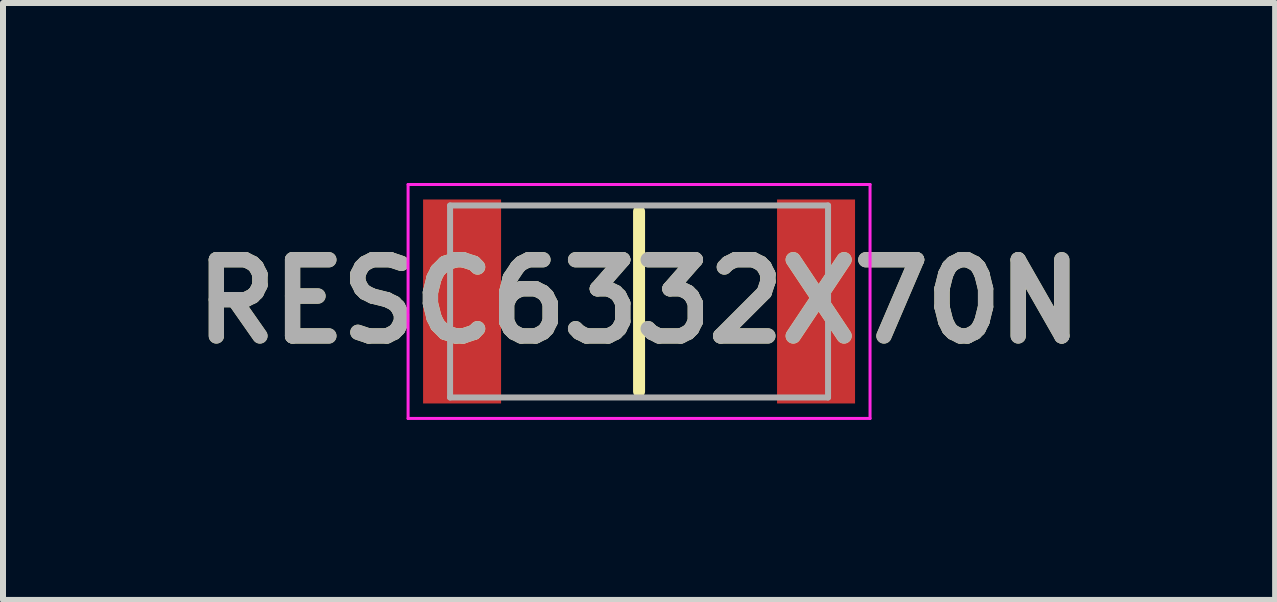
<source format=kicad_pcb>
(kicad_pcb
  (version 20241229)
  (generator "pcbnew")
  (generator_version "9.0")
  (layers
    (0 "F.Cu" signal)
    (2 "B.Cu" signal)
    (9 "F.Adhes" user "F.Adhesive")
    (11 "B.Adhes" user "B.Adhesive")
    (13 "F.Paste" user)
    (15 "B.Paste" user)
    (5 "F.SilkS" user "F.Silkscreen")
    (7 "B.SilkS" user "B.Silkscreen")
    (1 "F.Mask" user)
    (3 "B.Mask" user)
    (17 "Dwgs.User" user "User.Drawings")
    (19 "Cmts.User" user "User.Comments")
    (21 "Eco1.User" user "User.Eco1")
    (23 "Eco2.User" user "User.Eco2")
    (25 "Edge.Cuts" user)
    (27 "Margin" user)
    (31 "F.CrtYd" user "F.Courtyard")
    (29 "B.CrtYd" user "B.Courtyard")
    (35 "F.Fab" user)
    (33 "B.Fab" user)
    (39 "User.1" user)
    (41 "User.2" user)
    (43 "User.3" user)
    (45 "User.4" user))
  (footprint "RESC6332X70N"
    (layer "F.Cu")
    (at 7.602 1.975)
    (property "Reference" "RESC6332X70N" (at 0 0 0) (layer "F.SilkS") (effects (font (size 1.27 1.27) (thickness 0.254))))
    (attr smd)
    (fp_line (start 0 -1.5) (end 0 1.5) (stroke (width 0.2) (type solid)) (layer "F.SilkS"))
    (fp_line (start -3.85 -1.95) (end 3.85 -1.95) (stroke (width 0.05) (type solid)) (layer "F.CrtYd"))
    (fp_line (start -3.85 1.95) (end -3.85 -1.95) (stroke (width 0.05) (type solid)) (layer "F.CrtYd"))
    (fp_line (start 3.85 -1.95) (end 3.85 1.95) (stroke (width 0.05) (type solid)) (layer "F.CrtYd"))
    (fp_line (start 3.85 1.95) (end -3.85 1.95) (stroke (width 0.05) (type solid)) (layer "F.CrtYd"))
    (fp_line (start -3.15 -1.6) (end 3.15 -1.6) (stroke (width 0.1) (type solid)) (layer "F.Fab"))
    (fp_line (start -3.15 1.6) (end -3.15 -1.6) (stroke (width 0.1) (type solid)) (layer "F.Fab"))
    (fp_line (start 3.15 -1.6) (end 3.15 1.6) (stroke (width 0.1) (type solid)) (layer "F.Fab"))
    (fp_line (start 3.15 1.6) (end -3.15 1.6) (stroke (width 0.1) (type solid)) (layer "F.Fab"))
    (fp_text user "${REFERENCE}" (at 0 0 0) (layer "F.Fab") (effects (font (size 1.27 1.27) (thickness 0.254))))
    (pad "1" smd rect (at -2.95 0) (size 1.3 3.4) (layers "F.Cu" "F.Mask" "F.Paste"))
    (pad "2" smd rect (at 2.95 0) (size 1.3 3.4) (layers "F.Cu" "F.Mask" "F.Paste")))
  (gr_rect
    (start -3 -3)
    (end 18.204 6.95)
    (stroke (width 0.1) (type default))
    (fill no)
    (layer "Edge.Cuts")))
</source>
